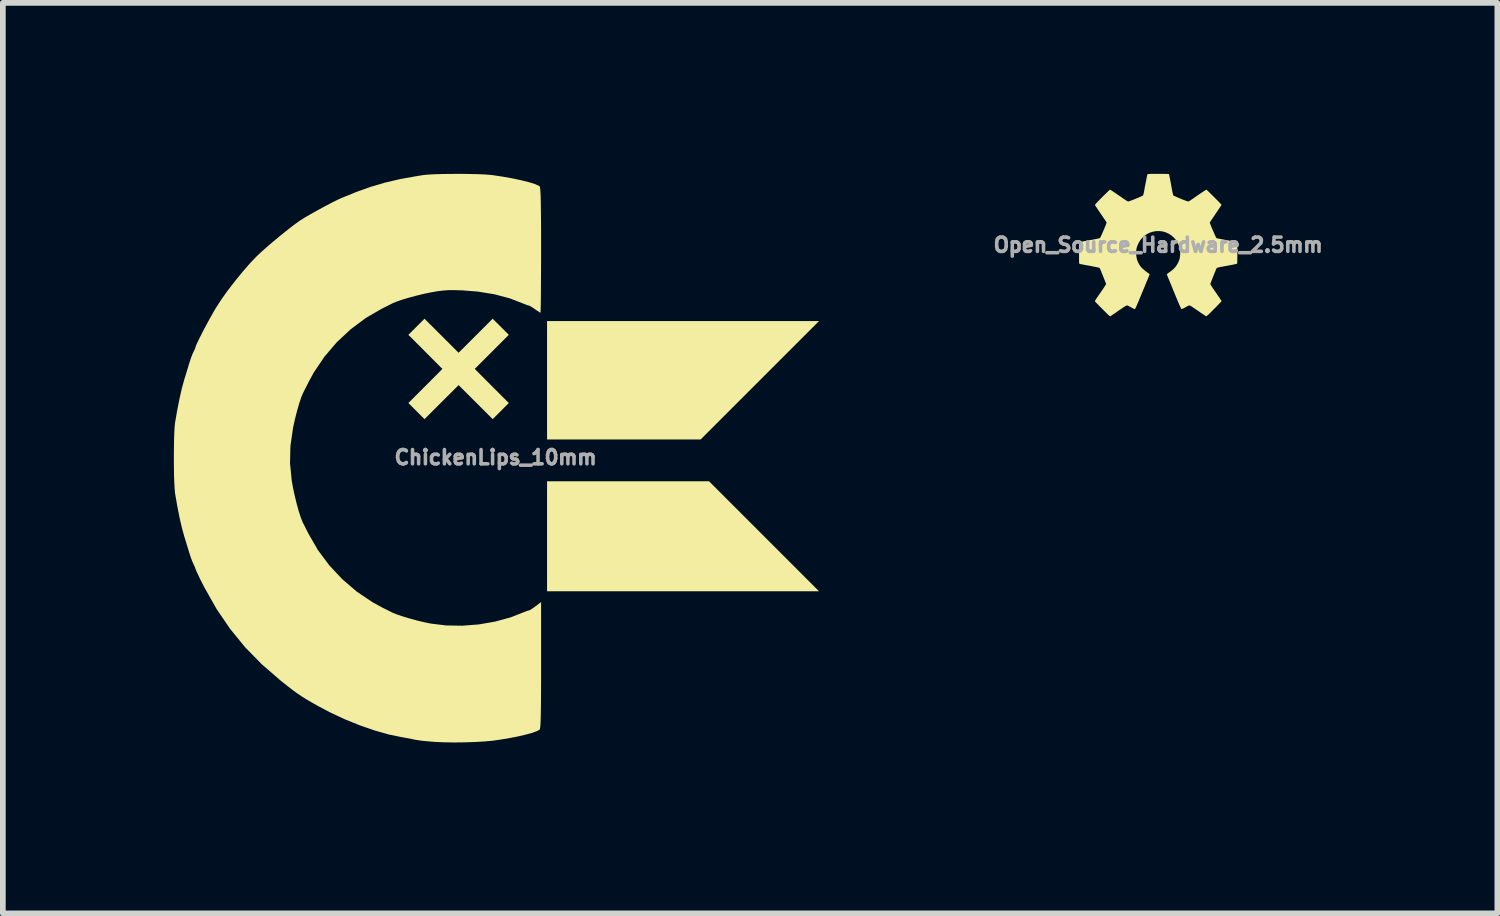
<source format=kicad_pcb>
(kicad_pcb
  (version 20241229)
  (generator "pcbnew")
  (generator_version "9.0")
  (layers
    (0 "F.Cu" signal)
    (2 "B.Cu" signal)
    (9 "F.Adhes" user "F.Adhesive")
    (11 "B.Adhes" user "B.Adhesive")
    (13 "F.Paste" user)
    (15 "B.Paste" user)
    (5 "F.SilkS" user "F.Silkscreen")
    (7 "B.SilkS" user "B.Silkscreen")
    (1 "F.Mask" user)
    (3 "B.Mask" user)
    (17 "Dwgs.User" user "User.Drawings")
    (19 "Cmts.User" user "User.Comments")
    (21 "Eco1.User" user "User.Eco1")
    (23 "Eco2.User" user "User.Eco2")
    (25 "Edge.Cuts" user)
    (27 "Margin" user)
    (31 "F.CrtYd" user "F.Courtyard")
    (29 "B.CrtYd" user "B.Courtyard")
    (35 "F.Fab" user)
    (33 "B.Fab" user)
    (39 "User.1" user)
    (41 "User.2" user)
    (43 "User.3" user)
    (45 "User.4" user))
  (footprint "Open_Source_Hardware_2.5mm"
    (layer "F.Cu")
    (at 17.268 1.247)
    (property "Reference" "Open_Source_Hardware_2.5mm" (at 0 0 0) (layer "F.Fab") (effects (font (size 0.25 0.25) (thickness 0.3))))
    (attr board_only exclude_from_pos_files exclude_from_bom)
    (fp_poly (pts (xy 0.031 -1.247) (xy 0.067 -1.247) (xy 0.101 -1.247) (xy 0.131 -1.246) (xy 0.156 -1.246) (xy 0.174 -1.245) (xy 0.184 -1.244) (xy 0.185 -1.244) (xy 0.187 -1.242) (xy 0.189 -1.237) (xy 0.192 -1.23) (xy 0.195 -1.219) (xy 0.198 -1.203) (xy 0.203 -1.182) (xy 0.208 -1.154) (xy 0.215 -1.119) (xy 0.223 -1.075) (xy 0.232 -1.023) (xy 0.233 -1.02) (xy 0.242 -0.972) (xy 0.249 -0.932) (xy 0.256 -0.903) (xy 0.261 -0.882) (xy 0.265 -0.871) (xy 0.267 -0.868) (xy 0.274 -0.863) (xy 0.29 -0.856) (xy 0.311 -0.846) (xy 0.337 -0.835) (xy 0.367 -0.822) (xy 0.397 -0.81) (xy 0.428 -0.797) (xy 0.457 -0.786) (xy 0.483 -0.776) (xy 0.504 -0.769) (xy 0.519 -0.764) (xy 0.525 -0.763) (xy 0.535 -0.766) (xy 0.551 -0.773) (xy 0.568 -0.784) (xy 0.571 -0.786) (xy 0.588 -0.798) (xy 0.611 -0.813) (xy 0.636 -0.831) (xy 0.659 -0.847) (xy 0.685 -0.865) (xy 0.716 -0.886) (xy 0.748 -0.907) (xy 0.776 -0.927) (xy 0.777 -0.927) (xy 0.799 -0.942) (xy 0.819 -0.955) (xy 0.834 -0.964) (xy 0.843 -0.969) (xy 0.845 -0.97) (xy 0.85 -0.966) (xy 0.861 -0.957) (xy 0.877 -0.942) (xy 0.897 -0.922) (xy 0.92 -0.9) (xy 0.946 -0.874) (xy 0.973 -0.848) (xy 0.999 -0.821) (xy 1.025 -0.795) (xy 1.05 -0.77) (xy 1.071 -0.748) (xy 1.089 -0.729) (xy 1.102 -0.715) (xy 1.11 -0.706) (xy 1.111 -0.704) (xy 1.108 -0.699) (xy 1.101 -0.686) (xy 1.088 -0.667) (xy 1.072 -0.643) (xy 1.053 -0.614) (xy 1.031 -0.582) (xy 1.009 -0.55) (xy 0.986 -0.515) (xy 0.964 -0.483) (xy 0.945 -0.454) (xy 0.928 -0.43) (xy 0.916 -0.411) (xy 0.908 -0.398) (xy 0.905 -0.393) (xy 0.907 -0.387) (xy 0.912 -0.372) (xy 0.92 -0.351) (xy 0.93 -0.324) (xy 0.943 -0.293) (xy 0.958 -0.259) (xy 0.96 -0.253) (xy 0.977 -0.215) (xy 0.99 -0.185) (xy 1 -0.162) (xy 1.008 -0.145) (xy 1.014 -0.133) (xy 1.019 -0.126) (xy 1.024 -0.121) (xy 1.029 -0.118) (xy 1.034 -0.117) (xy 1.035 -0.116) (xy 1.044 -0.114) (xy 1.062 -0.11) (xy 1.087 -0.106) (xy 1.118 -0.1) (xy 1.154 -0.093) (xy 1.192 -0.086) (xy 1.21 -0.083) (xy 1.249 -0.075) (xy 1.285 -0.068) (xy 1.317 -0.062) (xy 1.343 -0.056) (xy 1.363 -0.052) (xy 1.375 -0.048) (xy 1.378 -0.047) (xy 1.389 -0.04) (xy 1.389 0.14) (xy 1.389 0.182) (xy 1.388 0.221) (xy 1.388 0.255) (xy 1.387 0.284) (xy 1.387 0.307) (xy 1.386 0.321) (xy 1.385 0.326) (xy 1.379 0.329) (xy 1.365 0.334) (xy 1.345 0.339) (xy 1.32 0.344) (xy 1.311 0.346) (xy 1.283 0.351) (xy 1.257 0.356) (xy 1.235 0.36) (xy 1.219 0.363) (xy 1.217 0.364) (xy 1.199 0.367) (xy 1.177 0.371) (xy 1.164 0.373) (xy 1.119 0.382) (xy 1.083 0.389) (xy 1.056 0.395) (xy 1.038 0.4) (xy 1.028 0.404) (xy 1.027 0.405) (xy 1.024 0.411) (xy 1.017 0.426) (xy 1.008 0.446) (xy 0.998 0.472) (xy 0.985 0.502) (xy 0.973 0.533) (xy 0.96 0.565) (xy 0.948 0.596) (xy 0.936 0.625) (xy 0.927 0.65) (xy 0.92 0.67) (xy 0.915 0.682) (xy 0.914 0.687) (xy 0.917 0.693) (xy 0.925 0.706) (xy 0.937 0.725) (xy 0.952 0.749) (xy 0.97 0.775) (xy 0.982 0.793) (xy 1.004 0.824) (xy 1.025 0.855) (xy 1.045 0.885) (xy 1.063 0.91) (xy 1.077 0.93) (xy 1.081 0.936) (xy 1.093 0.955) (xy 1.103 0.971) (xy 1.11 0.982) (xy 1.111 0.987) (xy 1.108 0.991) (xy 1.098 1.002) (xy 1.082 1.019) (xy 1.062 1.04) (xy 1.038 1.065) (xy 1.011 1.093) (xy 0.981 1.123) (xy 0.98 1.123) (xy 0.946 1.158) (xy 0.918 1.185) (xy 0.896 1.207) (xy 0.879 1.223) (xy 0.865 1.235) (xy 0.856 1.243) (xy 0.849 1.248) (xy 0.844 1.25) (xy 0.84 1.25) (xy 0.837 1.249) (xy 0.83 1.245) (xy 0.816 1.236) (xy 0.796 1.222) (xy 0.771 1.205) (xy 0.742 1.186) (xy 0.711 1.164) (xy 0.7 1.156) (xy 0.667 1.134) (xy 0.637 1.114) (xy 0.61 1.096) (xy 0.588 1.081) (xy 0.571 1.071) (xy 0.561 1.065) (xy 0.559 1.064) (xy 0.554 1.062) (xy 0.549 1.061) (xy 0.543 1.062) (xy 0.534 1.065) (xy 0.522 1.07) (xy 0.505 1.079) (xy 0.481 1.092) (xy 0.451 1.108) (xy 0.434 1.117) (xy 0.419 1.123) (xy 0.409 1.125) (xy 0.408 1.125) (xy 0.404 1.12) (xy 0.397 1.106) (xy 0.388 1.086) (xy 0.376 1.06) (xy 0.362 1.029) (xy 0.347 0.994) (xy 0.341 0.979) (xy 0.308 0.9) (xy 0.278 0.827) (xy 0.251 0.761) (xy 0.227 0.702) (xy 0.206 0.651) (xy 0.188 0.607) (xy 0.173 0.572) (xy 0.163 0.545) (xy 0.155 0.526) (xy 0.152 0.517) (xy 0.152 0.515) (xy 0.155 0.511) (xy 0.166 0.502) (xy 0.181 0.49) (xy 0.191 0.483) (xy 0.235 0.451) (xy 0.271 0.42) (xy 0.3 0.389) (xy 0.324 0.356) (xy 0.345 0.32) (xy 0.346 0.318) (xy 0.364 0.279) (xy 0.376 0.242) (xy 0.383 0.203) (xy 0.386 0.159) (xy 0.386 0.139) (xy 0.385 0.111) (xy 0.384 0.089) (xy 0.382 0.072) (xy 0.379 0.055) (xy 0.373 0.036) (xy 0.369 0.024) (xy 0.344 -0.034) (xy 0.312 -0.086) (xy 0.273 -0.131) (xy 0.228 -0.17) (xy 0.178 -0.201) (xy 0.124 -0.224) (xy 0.067 -0.239) (xy 0.006 -0.244) (xy -0.042 -0.242) (xy -0.103 -0.23) (xy -0.161 -0.21) (xy -0.213 -0.181) (xy -0.261 -0.144) (xy -0.302 -0.1) (xy -0.336 -0.049) (xy -0.363 0.008) (xy -0.369 0.024) (xy -0.376 0.045) (xy -0.38 0.062) (xy -0.383 0.078) (xy -0.385 0.096) (xy -0.386 0.119) (xy -0.386 0.141) (xy -0.385 0.185) (xy -0.38 0.221) (xy -0.372 0.255) (xy -0.36 0.288) (xy -0.346 0.318) (xy -0.331 0.345) (xy -0.315 0.37) (xy -0.296 0.393) (xy -0.273 0.416) (xy -0.245 0.441) (xy -0.211 0.468) (xy -0.169 0.499) (xy -0.164 0.503) (xy -0.149 0.513) (xy -0.165 0.553) (xy -0.169 0.562) (xy -0.173 0.573) (xy -0.178 0.585) (xy -0.184 0.601) (xy -0.192 0.619) (xy -0.202 0.642) (xy -0.213 0.669) (xy -0.226 0.702) (xy -0.242 0.741) (xy -0.261 0.786) (xy -0.283 0.839) (xy -0.308 0.899) (xy -0.336 0.968) (xy -0.348 0.997) (xy -0.363 1.03) (xy -0.376 1.06) (xy -0.387 1.086) (xy -0.397 1.106) (xy -0.404 1.12) (xy -0.408 1.125) (xy -0.416 1.124) (xy -0.429 1.119) (xy -0.447 1.111) (xy -0.451 1.108) (xy -0.482 1.091) (xy -0.506 1.079) (xy -0.523 1.07) (xy -0.535 1.065) (xy -0.543 1.062) (xy -0.549 1.061) (xy -0.554 1.062) (xy -0.559 1.064) (xy -0.567 1.068) (xy -0.582 1.077) (xy -0.603 1.091) (xy -0.628 1.107) (xy -0.655 1.126) (xy -0.672 1.137) (xy -0.714 1.166) (xy -0.748 1.19) (xy -0.775 1.209) (xy -0.797 1.223) (xy -0.813 1.234) (xy -0.825 1.242) (xy -0.834 1.247) (xy -0.839 1.251) (xy -0.843 1.252) (xy -0.845 1.253) (xy -0.845 1.253) (xy -0.85 1.249) (xy -0.861 1.239) (xy -0.878 1.224) (xy -0.899 1.204) (xy -0.924 1.179) (xy -0.951 1.152) (xy -0.981 1.122) (xy -1.011 1.093) (xy -1.038 1.065) (xy -1.062 1.04) (xy -1.083 1.019) (xy -1.098 1.002) (xy -1.108 0.991) (xy -1.111 0.986) (xy -1.108 0.98) (xy -1.101 0.967) (xy -1.09 0.95) (xy -1.081 0.936) (xy -1.069 0.918) (xy -1.052 0.895) (xy -1.033 0.866) (xy -1.011 0.835) (xy -0.99 0.804) (xy -0.982 0.793) (xy -0.963 0.765) (xy -0.946 0.739) (xy -0.932 0.717) (xy -0.921 0.7) (xy -0.915 0.69) (xy -0.914 0.687) (xy -0.916 0.68) (xy -0.921 0.665) (xy -0.929 0.644) (xy -0.939 0.618) (xy -0.951 0.588) (xy -0.963 0.557) (xy -0.976 0.525) (xy -0.989 0.494) (xy -1 0.465) (xy -1.011 0.441) (xy -1.019 0.421) (xy -1.025 0.409) (xy -1.027 0.405) (xy -1.03 0.403) (xy -1.033 0.401) (xy -1.039 0.399) (xy -1.047 0.397) (xy -1.059 0.394) (xy -1.075 0.391) (xy -1.097 0.386) (xy -1.125 0.381) (xy -1.159 0.374) (xy -1.201 0.366) (xy -1.252 0.357) (xy -1.311 0.346) (xy -1.312 0.345) (xy -1.34 0.34) (xy -1.361 0.336) (xy -1.374 0.332) (xy -1.381 0.329) (xy -1.385 0.325) (xy -1.387 0.321) (xy -1.387 0.314) (xy -1.388 0.298) (xy -1.388 0.274) (xy -1.388 0.243) (xy -1.388 0.208) (xy -1.388 0.169) (xy -1.388 0.134) (xy -1.386 -0.043) (xy -1.374 -0.049) (xy -1.366 -0.051) (xy -1.349 -0.055) (xy -1.325 -0.06) (xy -1.295 -0.066) (xy -1.261 -0.073) (xy -1.223 -0.08) (xy -1.205 -0.083) (xy -1.165 -0.09) (xy -1.129 -0.097) (xy -1.096 -0.103) (xy -1.069 -0.109) (xy -1.048 -0.113) (xy -1.035 -0.116) (xy -1.032 -0.117) (xy -1.028 -0.119) (xy -1.023 -0.122) (xy -1.018 -0.127) (xy -1.013 -0.136) (xy -1.006 -0.15) (xy -0.997 -0.169) (xy -0.985 -0.195) (xy -0.971 -0.228) (xy -0.96 -0.253) (xy -0.945 -0.288) (xy -0.932 -0.319) (xy -0.921 -0.347) (xy -0.913 -0.369) (xy -0.907 -0.385) (xy -0.905 -0.393) (xy -0.905 -0.394) (xy -0.909 -0.4) (xy -0.917 -0.413) (xy -0.93 -0.432) (xy -0.946 -0.457) (xy -0.966 -0.486) (xy -0.988 -0.519) (xy -1.007 -0.546) (xy -1.03 -0.581) (xy -1.052 -0.612) (xy -1.071 -0.641) (xy -1.087 -0.665) (xy -1.099 -0.683) (xy -1.107 -0.695) (xy -1.109 -0.699) (xy -1.108 -0.704) (xy -1.103 -0.711) (xy -1.094 -0.723) (xy -1.079 -0.739) (xy -1.059 -0.761) (xy -1.033 -0.788) (xy -1 -0.821) (xy -0.982 -0.839) (xy -0.952 -0.869) (xy -0.924 -0.896) (xy -0.899 -0.92) (xy -0.878 -0.941) (xy -0.861 -0.956) (xy -0.85 -0.966) (xy -0.845 -0.97) (xy -0.845 -0.97) (xy -0.839 -0.967) (xy -0.826 -0.959) (xy -0.808 -0.948) (xy -0.787 -0.934) (xy -0.777 -0.927) (xy -0.748 -0.908) (xy -0.717 -0.886) (xy -0.686 -0.865) (xy -0.66 -0.847) (xy -0.659 -0.847) (xy -0.635 -0.83) (xy -0.61 -0.813) (xy -0.587 -0.797) (xy -0.571 -0.786) (xy -0.553 -0.775) (xy -0.537 -0.767) (xy -0.526 -0.763) (xy -0.525 -0.763) (xy -0.516 -0.765) (xy -0.5 -0.77) (xy -0.478 -0.778) (xy -0.451 -0.788) (xy -0.421 -0.8) (xy -0.39 -0.812) (xy -0.36 -0.825) (xy -0.331 -0.837) (xy -0.306 -0.848) (xy -0.286 -0.858) (xy -0.272 -0.864) (xy -0.267 -0.868) (xy -0.262 -0.877) (xy -0.257 -0.895) (xy -0.251 -0.922) (xy -0.245 -0.952) (xy -0.24 -0.984) (xy -0.234 -1.016) (xy -0.228 -1.047) (xy -0.223 -1.072) (xy -0.222 -1.076) (xy -0.217 -1.102) (xy -0.211 -1.133) (xy -0.205 -1.165) (xy -0.202 -1.182) (xy -0.197 -1.205) (xy -0.192 -1.224) (xy -0.188 -1.238) (xy -0.185 -1.244) (xy -0.179 -1.245) (xy -0.164 -1.245) (xy -0.141 -1.246) (xy -0.113 -1.247) (xy -0.08 -1.247) (xy -0.044 -1.247) (xy -0.007 -1.247)) (stroke (width 0) (type solid)) (fill yes) (layer "F.SilkS")))
  (footprint "ChickenLips_10mm"
    (layer "F.Cu")
    (at 5.645 4.974)
    (property "Reference" "ChickenLips_10mm" (at 0 0 0) (layer "F.Fab") (effects (font (size 0.25 0.25) (thickness 0.3))))
    (attr board_only exclude_from_pos_files exclude_from_bom)
    (fp_poly (pts (xy 3.597 -0.315) (xy 0.902 -0.315) (xy 0.902 -2.391) (xy 5.673 -2.391)) (stroke (width 0) (type solid)) (fill yes) (layer "F.SilkS"))
    (fp_poly (pts (xy 4.709 1.384) (xy 5.673 2.349) (xy 0.902 2.349) (xy 0.902 0.419) (xy 3.744 0.419)) (stroke (width 0) (type solid)) (fill yes) (layer "F.SilkS"))
    (fp_poly (pts (xy 0.089 -2.292) (xy 0.231 -2.15) (xy -0.068 -1.851) (xy -0.367 -1.552) (xy -0.068 -1.253) (xy 0.231 -0.954) (xy -0.052 -0.671) (xy -0.351 -0.97) (xy -0.65 -1.268) (xy -0.949 -0.97) (xy -1.248 -0.671) (xy -1.39 -0.813) (xy -1.531 -0.954) (xy -1.232 -1.253) (xy -0.934 -1.552) (xy -1.232 -1.851) (xy -1.531 -2.15) (xy -1.248 -2.433) (xy -0.949 -2.134) (xy -0.65 -1.836) (xy -0.351 -2.134) (xy -0.052 -2.433)) (stroke (width 0) (type solid)) (fill yes) (layer "F.SilkS"))
    (fp_poly (pts (xy -0.469 -4.972) (xy -0.322 -4.969) (xy -0.195 -4.964) (xy -0.096 -4.956) (xy -0.063 -4.953) (xy 0.123 -4.925) (xy 0.296 -4.894) (xy 0.451 -4.861) (xy 0.583 -4.828) (xy 0.686 -4.796) (xy 0.754 -4.767) (xy 0.771 -4.756) (xy 0.777 -4.742) (xy 0.782 -4.709) (xy 0.786 -4.655) (xy 0.79 -4.576) (xy 0.792 -4.47) (xy 0.794 -4.333) (xy 0.796 -4.164) (xy 0.797 -3.96) (xy 0.797 -3.717) (xy 0.797 -3.636) (xy 0.797 -3.426) (xy 0.796 -3.229) (xy 0.795 -3.049) (xy 0.794 -2.89) (xy 0.793 -2.756) (xy 0.791 -2.651) (xy 0.789 -2.578) (xy 0.787 -2.541) (xy 0.786 -2.538) (xy 0.765 -2.549) (xy 0.721 -2.578) (xy 0.689 -2.601) (xy 0.635 -2.637) (xy 0.595 -2.66) (xy 0.582 -2.664) (xy 0.551 -2.672) (xy 0.502 -2.692) (xy 0.496 -2.694) (xy 0.252 -2.789) (xy -0.02 -2.861) (xy -0.313 -2.909) (xy -0.584 -2.93) (xy -0.719 -2.934) (xy -0.827 -2.934) (xy -0.924 -2.927) (xy -1.022 -2.915) (xy -1.138 -2.894) (xy -1.14 -2.894) (xy -1.261 -2.869) (xy -1.391 -2.837) (xy -1.522 -2.802) (xy -1.641 -2.766) (xy -1.739 -2.732) (xy -1.803 -2.706) (xy -1.836 -2.689) (xy -1.896 -2.659) (xy -1.97 -2.622) (xy -1.993 -2.611) (xy -2.276 -2.447) (xy -2.543 -2.248) (xy -2.788 -2.019) (xy -3.005 -1.764) (xy -3.19 -1.49) (xy -3.282 -1.321) (xy -3.321 -1.243) (xy -3.355 -1.176) (xy -3.377 -1.132) (xy -3.381 -1.125) (xy -3.41 -1.055) (xy -3.444 -0.953) (xy -3.48 -0.829) (xy -3.516 -0.69) (xy -3.548 -0.547) (xy -3.555 -0.511) (xy -3.6 -0.2) (xy -3.607 0.104) (xy -3.577 0.411) (xy -3.555 0.532) (xy -3.524 0.675) (xy -3.49 0.815) (xy -3.454 0.944) (xy -3.419 1.053) (xy -3.388 1.132) (xy -3.381 1.146) (xy -3.362 1.183) (xy -3.331 1.245) (xy -3.293 1.321) (xy -3.282 1.342) (xy -3.118 1.626) (xy -2.919 1.893) (xy -2.69 2.137) (xy -2.436 2.355) (xy -2.161 2.54) (xy -1.993 2.632) (xy -1.916 2.67) (xy -1.851 2.703) (xy -1.809 2.724) (xy -1.803 2.727) (xy -1.733 2.755) (xy -1.633 2.789) (xy -1.512 2.825) (xy -1.382 2.861) (xy -1.251 2.892) (xy -1.14 2.915) (xy -0.871 2.948) (xy -0.586 2.953) (xy -0.294 2.93) (xy -0.007 2.88) (xy 0.264 2.806) (xy 0.496 2.715) (xy 0.547 2.695) (xy 0.582 2.685) (xy 0.584 2.685) (xy 0.611 2.673) (xy 0.659 2.642) (xy 0.701 2.611) (xy 0.797 2.538) (xy 0.797 3.647) (xy 0.797 3.903) (xy 0.796 4.12) (xy 0.795 4.301) (xy 0.793 4.448) (xy 0.791 4.564) (xy 0.788 4.652) (xy 0.784 4.714) (xy 0.779 4.754) (xy 0.773 4.774) (xy 0.771 4.777) (xy 0.719 4.804) (xy 0.632 4.835) (xy 0.517 4.866) (xy 0.38 4.898) (xy 0.229 4.927) (xy 0.07 4.953) (xy -0.052 4.97) (xy -0.193 4.983) (xy -0.362 4.993) (xy -0.546 4.999) (xy -0.734 5.001) (xy -0.911 4.998) (xy -1.065 4.991) (xy -1.067 4.991) (xy -1.178 4.982) (xy -1.283 4.972) (xy -1.37 4.96) (xy -1.424 4.951) (xy -1.502 4.934) (xy -1.594 4.917) (xy -1.646 4.908) (xy -1.872 4.862) (xy -2.121 4.791) (xy -2.382 4.701) (xy -2.648 4.593) (xy -2.909 4.471) (xy -3.098 4.371) (xy -3.218 4.304) (xy -3.314 4.248) (xy -3.396 4.197) (xy -3.473 4.145) (xy -3.555 4.086) (xy -3.649 4.013) (xy -3.767 3.92) (xy -3.775 3.913) (xy -4.102 3.63) (xy -4.396 3.33) (xy -4.659 3.007) (xy -4.898 2.656) (xy -5.114 2.273) (xy -5.149 2.204) (xy -5.194 2.114) (xy -5.23 2.038) (xy -5.255 1.983) (xy -5.265 1.957) (xy -5.265 1.957) (xy -5.274 1.928) (xy -5.296 1.882) (xy -5.298 1.877) (xy -5.323 1.822) (xy -5.351 1.746) (xy -5.37 1.688) (xy -5.395 1.606) (xy -5.426 1.504) (xy -5.458 1.401) (xy -5.463 1.384) (xy -5.503 1.24) (xy -5.544 1.062) (xy -5.584 0.86) (xy -5.622 0.641) (xy -5.624 0.629) (xy -5.631 0.557) (xy -5.637 0.451) (xy -5.642 0.32) (xy -5.644 0.172) (xy -5.645 0.016) (xy -5.644 -0.141) (xy -5.642 -0.29) (xy -5.638 -0.422) (xy -5.632 -0.53) (xy -5.624 -0.605) (xy -5.624 -0.608) (xy -5.586 -0.827) (xy -5.546 -1.031) (xy -5.505 -1.21) (xy -5.465 -1.357) (xy -5.463 -1.363) (xy -5.432 -1.464) (xy -5.4 -1.568) (xy -5.374 -1.655) (xy -5.37 -1.667) (xy -5.344 -1.747) (xy -5.316 -1.819) (xy -5.298 -1.856) (xy -5.275 -1.904) (xy -5.265 -1.935) (xy -5.265 -1.936) (xy -5.255 -1.965) (xy -5.228 -2.024) (xy -5.188 -2.106) (xy -5.139 -2.203) (xy -5.083 -2.309) (xy -5.025 -2.416) (xy -4.968 -2.518) (xy -4.916 -2.608) (xy -4.904 -2.628) (xy -4.813 -2.768) (xy -4.7 -2.927) (xy -4.572 -3.093) (xy -4.439 -3.256) (xy -4.309 -3.406) (xy -4.196 -3.524) (xy -4.118 -3.598) (xy -4.017 -3.688) (xy -3.9 -3.788) (xy -3.777 -3.89) (xy -3.656 -3.987) (xy -3.546 -4.073) (xy -3.455 -4.139) (xy -3.429 -4.157) (xy -3.351 -4.206) (xy -3.246 -4.267) (xy -3.126 -4.334) (xy -3.001 -4.402) (xy -2.881 -4.465) (xy -2.778 -4.517) (xy -2.71 -4.548) (xy -2.442 -4.657) (xy -2.19 -4.747) (xy -1.941 -4.82) (xy -1.682 -4.881) (xy -1.399 -4.932) (xy -1.269 -4.953) (xy -1.189 -4.961) (xy -1.076 -4.967) (xy -0.939 -4.971) (xy -0.787 -4.973) (xy -0.627 -4.974)) (stroke (width 0) (type solid)) (fill yes) (layer "F.SilkS")))
  (gr_rect
    (start -3 -3)
    (end 23.218 12.974)
    (stroke (width 0.1) (type default))
    (fill no)
    (layer "Edge.Cuts")))
</source>
